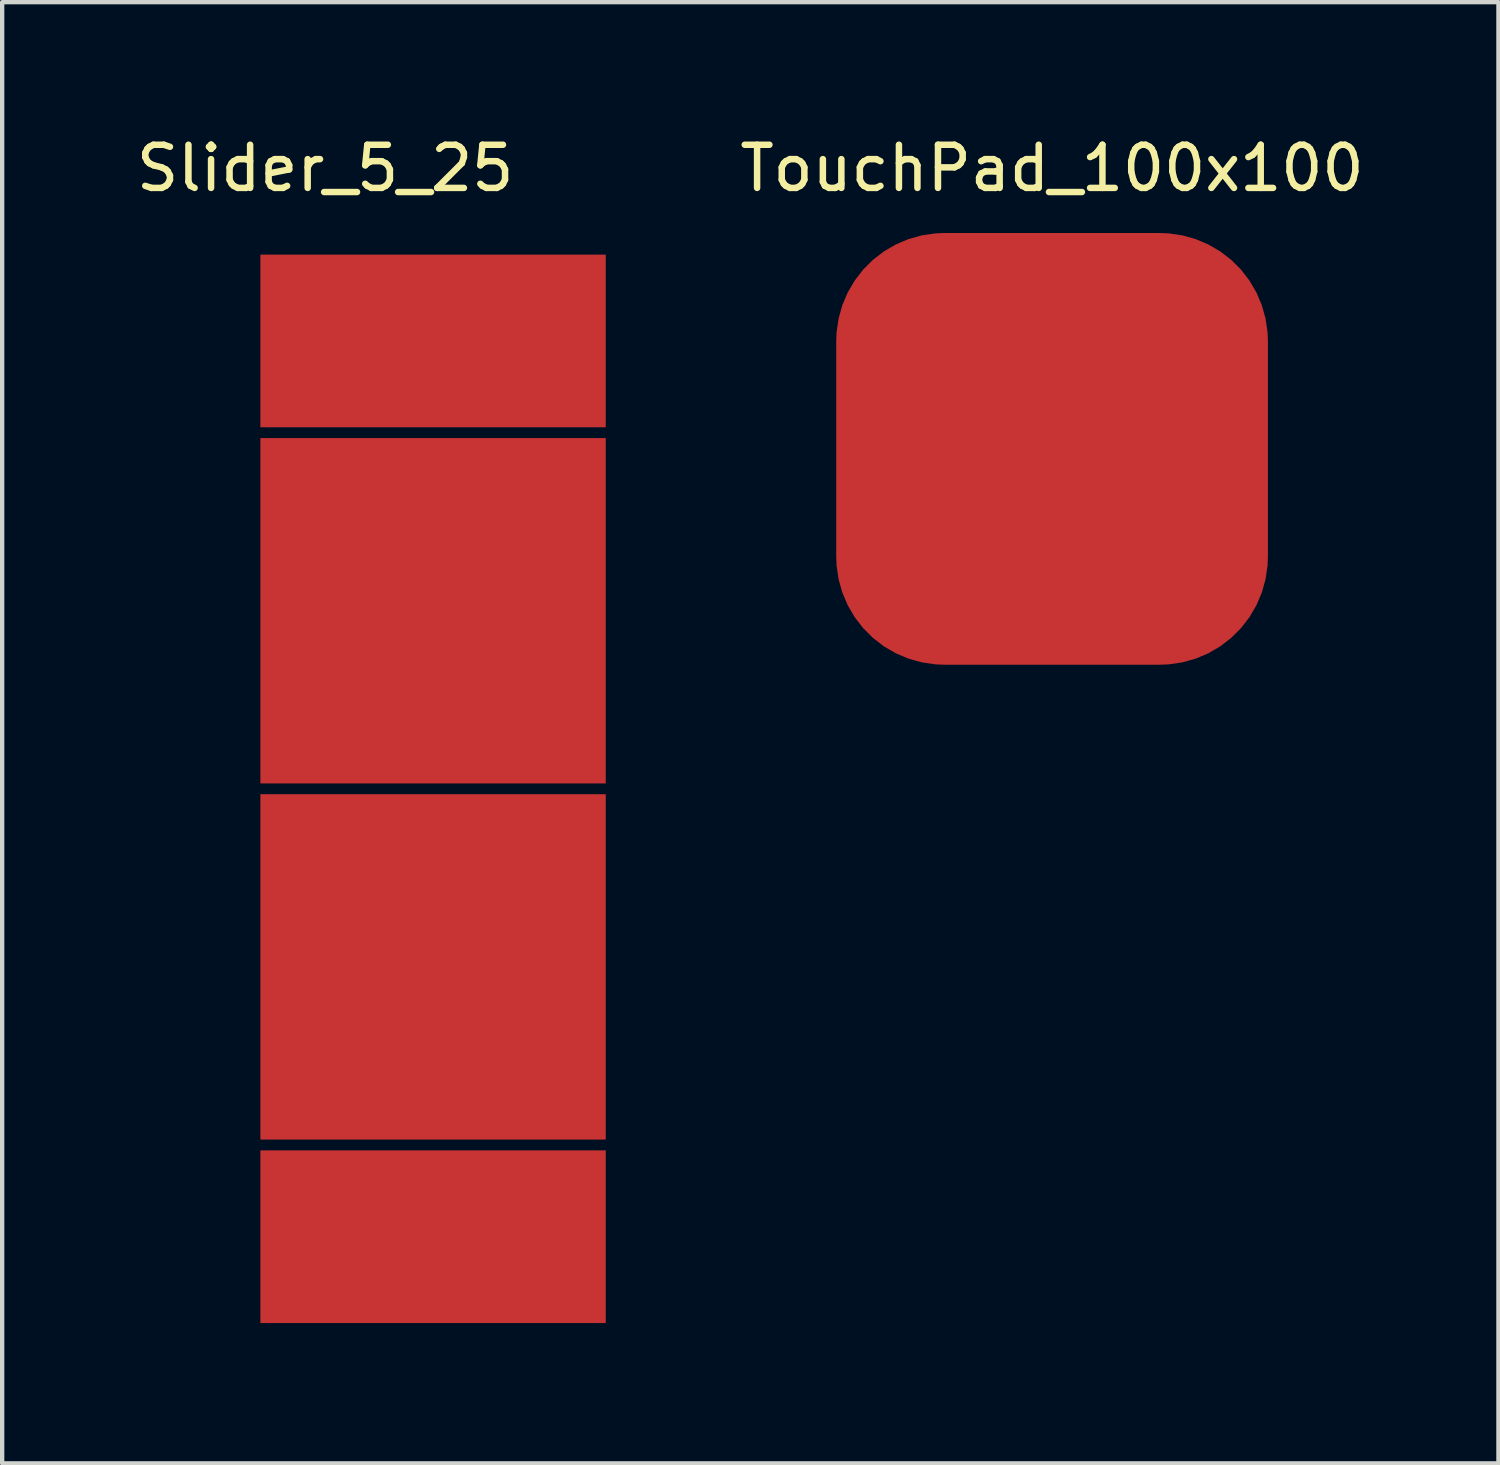
<source format=kicad_pcb>
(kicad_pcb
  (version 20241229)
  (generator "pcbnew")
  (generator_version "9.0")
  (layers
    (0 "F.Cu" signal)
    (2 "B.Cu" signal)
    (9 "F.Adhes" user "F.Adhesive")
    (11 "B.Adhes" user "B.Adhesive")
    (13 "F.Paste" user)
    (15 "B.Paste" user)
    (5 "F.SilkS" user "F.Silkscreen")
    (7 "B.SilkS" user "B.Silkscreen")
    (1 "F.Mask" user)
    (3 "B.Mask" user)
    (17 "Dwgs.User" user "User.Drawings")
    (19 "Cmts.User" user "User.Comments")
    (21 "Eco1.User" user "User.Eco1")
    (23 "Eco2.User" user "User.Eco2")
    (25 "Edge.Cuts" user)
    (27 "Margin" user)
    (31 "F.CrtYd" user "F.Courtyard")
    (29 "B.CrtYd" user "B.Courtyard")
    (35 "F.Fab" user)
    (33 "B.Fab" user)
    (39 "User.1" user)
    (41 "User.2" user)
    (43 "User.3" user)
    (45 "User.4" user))
  (footprint "TouchPad_100x100"
    (layer "F.Cu")
    (at 21.321 7.348)
    (property "Reference" "TouchPad_100x100" (at 0 -6.5 0) (layer "F.SilkS") (effects (font (size 1 1) (thickness 0.15))))
    (attr through_hole)
    (pad "1" smd roundrect (at 0 0) (size 10 10) (layers "F.Cu" "F.Mask" "F.Paste") (roundrect_rratio 0.25)))
  (footprint "Slider_5_25"
    (layer "F.Cu")
    (at 4.482 27.598)
    (property "Reference" "Slider_5_25" (at 0 -26.75 0) (layer "F.SilkS") (effects (font (size 1 1) (thickness 0.15))))
    (attr through_hole)
    (pad "1" smd rect (at 2.5 -22.75) (size 8 4) (layers "F.Cu" "F.Mask" "F.Paste"))
    (pad "1" smd rect (at 2.5 -2) (size 8 4) (layers "F.Cu" "F.Mask" "F.Paste"))
    (pad "2" smd rect (at 2.5 -8.25) (size 8 8) (layers "F.Cu" "F.Mask" "F.Paste"))
    (pad "3" smd rect (at 2.5 -16.5) (size 8 8) (layers "F.Cu" "F.Mask" "F.Paste")))
  (gr_rect
    (start -3 -3)
    (end 31.661 30.848)
    (stroke (width 0.1) (type default))
    (fill no)
    (layer "Edge.Cuts")))
</source>
